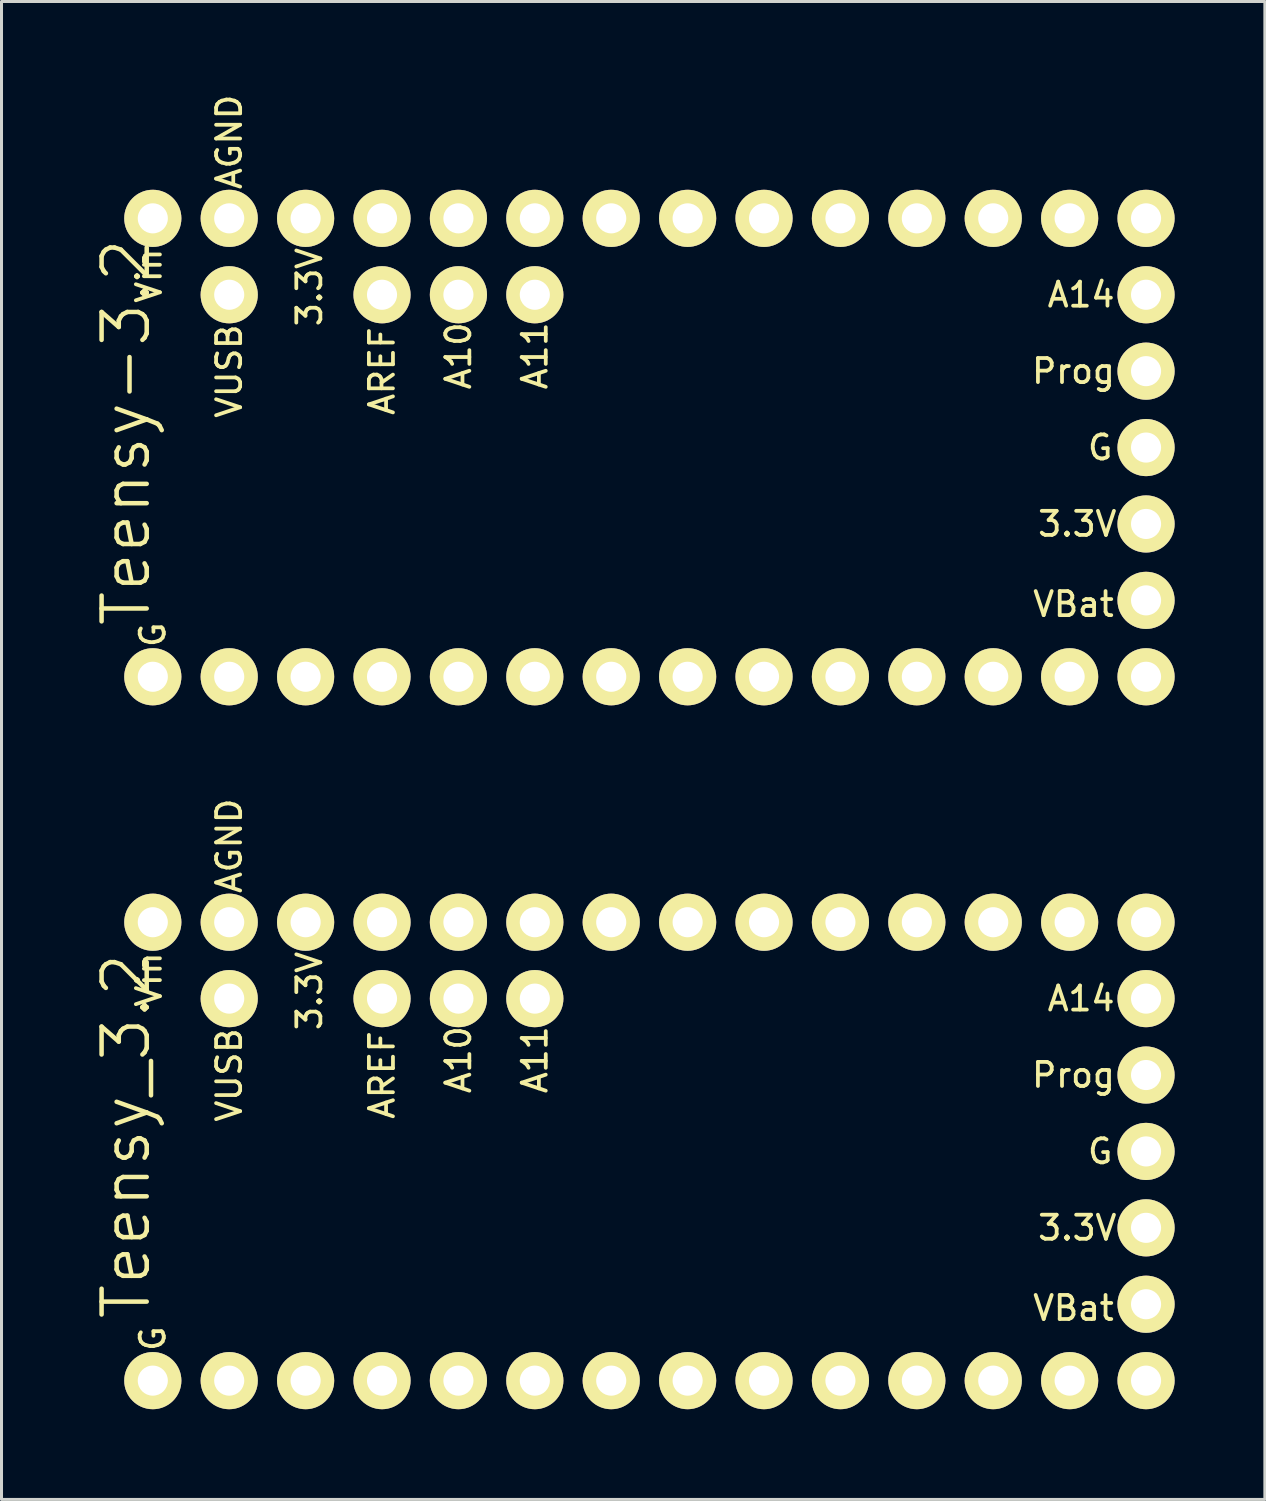
<source format=kicad_pcb>
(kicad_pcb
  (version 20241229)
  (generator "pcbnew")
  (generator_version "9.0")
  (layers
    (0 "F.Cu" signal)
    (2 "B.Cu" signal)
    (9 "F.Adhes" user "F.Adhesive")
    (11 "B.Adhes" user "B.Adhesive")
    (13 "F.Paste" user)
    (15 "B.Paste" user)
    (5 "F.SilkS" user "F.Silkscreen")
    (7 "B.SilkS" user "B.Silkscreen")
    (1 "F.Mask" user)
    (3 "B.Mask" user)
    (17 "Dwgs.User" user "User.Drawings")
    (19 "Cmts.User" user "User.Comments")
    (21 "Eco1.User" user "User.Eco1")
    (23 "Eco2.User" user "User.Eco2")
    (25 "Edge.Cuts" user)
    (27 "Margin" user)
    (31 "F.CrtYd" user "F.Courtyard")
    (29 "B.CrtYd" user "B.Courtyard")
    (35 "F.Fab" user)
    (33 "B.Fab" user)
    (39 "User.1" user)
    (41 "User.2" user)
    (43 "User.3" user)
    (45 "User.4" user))
  (footprint "Teensy-3.2"
    (layer "F.Cu")
    (at 18.286 11.829)
    (property "Reference" "Teensy-3.2" (at -17.145 -0.508 90) (layer "F.SilkS") (effects (font (size 1.5 1.5) (thickness 0.15))))
    (attr through_hole)
    (fp_text user "A14" (at 14.605 -5.08 0) (layer "F.SilkS") (effects (font (size 0.8 0.8) (thickness 0.125))))
    (fp_text user "AREF" (at -8.636 -2.54 270) (layer "F.SilkS") (effects (font (size 0.8 0.8) (thickness 0.125))))
    (fp_text user "G" (at -16.256 6.223 90) (layer "F.SilkS") (effects (font (size 0.8 0.8) (thickness 0.125))))
    (fp_text user "VUSB" (at -13.716 -2.54 90) (layer "F.SilkS") (effects (font (size 0.8 0.8) (thickness 0.125))))
    (fp_text user "A11" (at -3.556 -3.048 270) (layer "F.SilkS") (effects (font (size 0.8 0.8) (thickness 0.125))))
    (fp_text user "3.3V" (at -11.049 -5.334 90) (layer "F.SilkS") (effects (font (size 0.8 0.8) (thickness 0.125))))
    (fp_text user "Prog" (at 14.351 -2.54 0) (layer "F.SilkS") (effects (font (size 0.8 0.8) (thickness 0.125))))
    (fp_text user "A10" (at -6.096 -3.048 270) (layer "F.SilkS") (effects (font (size 0.8 0.8) (thickness 0.125))))
    (fp_text user "VBat" (at 14.351 5.207 0) (layer "F.SilkS") (effects (font (size 0.8 0.8) (thickness 0.125))))
    (fp_text user "Vin" (at -16.383 -5.715 270) (layer "F.SilkS") (effects (font (size 0.8 0.8) (thickness 0.125))))
    (fp_text user "G" (at 15.24 0 0) (layer "F.SilkS") (effects (font (size 0.8 0.8) (thickness 0.125))))
    (fp_text user "3.3V" (at 14.478 2.54 0) (layer "F.SilkS") (effects (font (size 0.8 0.8) (thickness 0.125))))
    (fp_text user "AGND" (at -13.716 -10.16 270) (layer "F.SilkS") (effects (font (size 0.8 0.8) (thickness 0.125))))
    (pad "0" thru_hole circle (at -13.716 7.62) (size 1.9 1.9) (drill 1) (layers "*.Cu" "*.Mask" "F.SilkS"))
    (pad "1" thru_hole circle (at -11.176 7.62) (size 1.9 1.9) (drill 1) (layers "*.Cu" "*.Mask" "F.SilkS"))
    (pad "2" thru_hole circle (at -8.636 7.62) (size 1.9 1.9) (drill 1) (layers "*.Cu" "*.Mask" "F.SilkS"))
    (pad "3" thru_hole circle (at -6.096 7.62) (size 1.9 1.9) (drill 1) (layers "*.Cu" "*.Mask" "F.SilkS"))
    (pad "4" thru_hole circle (at -3.556 7.62) (size 1.9 1.9) (drill 1) (layers "*.Cu" "*.Mask" "F.SilkS"))
    (pad "5" thru_hole circle (at -1.016 7.62) (size 1.9 1.9) (drill 1) (layers "*.Cu" "*.Mask" "F.SilkS"))
    (pad "6" thru_hole circle (at 1.524 7.62) (size 1.9 1.9) (drill 1) (layers "*.Cu" "*.Mask" "F.SilkS"))
    (pad "7" thru_hole circle (at 4.064 7.62) (size 1.9 1.9) (drill 1) (layers "*.Cu" "*.Mask" "F.SilkS"))
    (pad "8" thru_hole circle (at 6.604 7.62) (size 1.9 1.9) (drill 1) (layers "*.Cu" "*.Mask" "F.SilkS"))
    (pad "9" thru_hole circle (at 9.144 7.62) (size 1.9 1.9) (drill 1) (layers "*.Cu" "*.Mask" "F.SilkS"))
    (pad "10" thru_hole circle (at 11.684 7.62) (size 1.9 1.9) (drill 1) (layers "*.Cu" "*.Mask" "F.SilkS"))
    (pad "11" thru_hole circle (at 14.224 7.62) (size 1.9 1.9) (drill 1) (layers "*.Cu" "*.Mask" "F.SilkS"))
    (pad "12" thru_hole circle (at 16.764 7.62) (size 1.9 1.9) (drill 1) (layers "*.Cu" "*.Mask" "F.SilkS"))
    (pad "13" thru_hole circle (at 16.764 -7.62) (size 1.9 1.9) (drill 1) (layers "*.Cu" "*.Mask" "F.SilkS"))
    (pad "14" thru_hole circle (at 14.224 -7.62) (size 1.9 1.9) (drill 1) (layers "*.Cu" "*.Mask" "F.SilkS"))
    (pad "15" thru_hole circle (at 11.684 -7.62) (size 1.9 1.9) (drill 1) (layers "*.Cu" "*.Mask" "F.SilkS"))
    (pad "16" thru_hole circle (at 9.144 -7.62) (size 1.9 1.9) (drill 1) (layers "*.Cu" "*.Mask" "F.SilkS"))
    (pad "17" thru_hole circle (at 6.604 -7.62) (size 1.9 1.9) (drill 1) (layers "*.Cu" "*.Mask" "F.SilkS"))
    (pad "18" thru_hole circle (at 4.064 -7.62) (size 1.9 1.9) (drill 1) (layers "*.Cu" "*.Mask" "F.SilkS"))
    (pad "19" thru_hole circle (at 1.524 -7.62) (size 1.9 1.9) (drill 1) (layers "*.Cu" "*.Mask" "F.SilkS"))
    (pad "20" thru_hole circle (at -1.016 -7.62) (size 1.9 1.9) (drill 1) (layers "*.Cu" "*.Mask" "F.SilkS"))
    (pad "21" thru_hole circle (at -3.556 -7.62) (size 1.9 1.9) (drill 1) (layers "*.Cu" "*.Mask" "F.SilkS"))
    (pad "22" thru_hole circle (at -6.096 -7.62) (size 1.9 1.9) (drill 1) (layers "*.Cu" "*.Mask" "F.SilkS"))
    (pad "23" thru_hole circle (at -8.636 -7.62) (size 1.9 1.9) (drill 1) (layers "*.Cu" "*.Mask" "F.SilkS"))
    (pad "24" thru_hole circle (at -11.176 -7.62) (size 1.9 1.9) (drill 1) (layers "*.Cu" "*.Mask" "F.SilkS"))
    (pad "25" thru_hole circle (at -13.716 -7.62) (size 1.9 1.9) (drill 1) (layers "*.Cu" "*.Mask" "F.SilkS"))
    (pad "26" thru_hole circle (at -16.256 -7.62) (size 1.9 1.9) (drill 1) (layers "*.Cu" "*.Mask" "F.SilkS"))
    (pad "27" thru_hole circle (at -16.256 7.62) (size 1.9 1.9) (drill 1) (layers "*.Cu" "*.Mask" "F.SilkS"))
    (pad "28" thru_hole circle (at 16.764 -5.08) (size 1.9 1.9) (drill 1) (layers "*.Cu" "*.Mask" "F.SilkS"))
    (pad "29" thru_hole circle (at 16.764 -2.54) (size 1.9 1.9) (drill 1) (layers "*.Cu" "*.Mask" "F.SilkS"))
    (pad "30" thru_hole circle (at 16.764 0) (size 1.9 1.9) (drill 1) (layers "*.Cu" "*.Mask" "F.SilkS"))
    (pad "31" thru_hole circle (at 16.764 2.54) (size 1.9 1.9) (drill 1) (layers "*.Cu" "*.Mask" "F.SilkS"))
    (pad "32" thru_hole circle (at 16.764 5.08) (size 1.9 1.9) (drill 1) (layers "*.Cu" "*.Mask" "F.SilkS"))
    (pad "33" thru_hole circle (at -3.556 -5.08) (size 1.9 1.9) (drill 1) (layers "*.Cu" "*.Mask" "F.SilkS"))
    (pad "34" thru_hole circle (at -6.096 -5.08) (size 1.9 1.9) (drill 1) (layers "*.Cu" "*.Mask" "F.SilkS"))
    (pad "35" thru_hole circle (at -8.636 -5.08) (size 1.9 1.9) (drill 1) (layers "*.Cu" "*.Mask" "F.SilkS"))
    (pad "36" thru_hole circle (at -13.716 -5.08) (size 1.9 1.9) (drill 1) (layers "*.Cu" "*.Mask" "F.SilkS")))
  (footprint "Teensy_3.2"
    (layer "F.Cu")
    (at 18.286 35.229)
    (property "Reference" "Teensy_3.2" (at -17.145 -0.508 90) (layer "F.SilkS") (effects (font (size 1.5 1.5) (thickness 0.15))))
    (attr through_hole)
    (fp_text user "AREF" (at -8.636 -2.54 270) (layer "F.SilkS") (effects (font (size 0.8 0.8) (thickness 0.125))))
    (fp_text user "AGND" (at -13.716 -10.16 270) (layer "F.SilkS") (effects (font (size 0.8 0.8) (thickness 0.125))))
    (fp_text user "G" (at -16.256 6.223 90) (layer "F.SilkS") (effects (font (size 0.8 0.8) (thickness 0.125))))
    (fp_text user "A11" (at -3.556 -3.048 270) (layer "F.SilkS") (effects (font (size 0.8 0.8) (thickness 0.125))))
    (fp_text user "VUSB" (at -13.716 -2.54 90) (layer "F.SilkS") (effects (font (size 0.8 0.8) (thickness 0.125))))
    (fp_text user "Prog" (at 14.351 -2.54 0) (layer "F.SilkS") (effects (font (size 0.8 0.8) (thickness 0.125))))
    (fp_text user "A10" (at -6.096 -3.048 270) (layer "F.SilkS") (effects (font (size 0.8 0.8) (thickness 0.125))))
    (fp_text user "3.3V" (at 14.478 2.54 0) (layer "F.SilkS") (effects (font (size 0.8 0.8) (thickness 0.125))))
    (fp_text user "A14" (at 14.605 -5.08 0) (layer "F.SilkS") (effects (font (size 0.8 0.8) (thickness 0.125))))
    (fp_text user "Vin" (at -16.383 -5.715 270) (layer "F.SilkS") (effects (font (size 0.8 0.8) (thickness 0.125))))
    (fp_text user "3.3V" (at -11.049 -5.334 90) (layer "F.SilkS") (effects (font (size 0.8 0.8) (thickness 0.125))))
    (fp_text user "G" (at 15.24 0 0) (layer "F.SilkS") (effects (font (size 0.8 0.8) (thickness 0.125))))
    (fp_text user "VBat" (at 14.351 5.207 0) (layer "F.SilkS") (effects (font (size 0.8 0.8) (thickness 0.125))))
    (pad "0" thru_hole circle (at -13.716 7.62) (size 1.9 1.9) (drill 1) (layers "*.Cu" "*.Mask" "F.SilkS"))
    (pad "1" thru_hole circle (at -11.176 7.62) (size 1.9 1.9) (drill 1) (layers "*.Cu" "*.Mask" "F.SilkS"))
    (pad "2" thru_hole circle (at -8.636 7.62) (size 1.9 1.9) (drill 1) (layers "*.Cu" "*.Mask" "F.SilkS"))
    (pad "3" thru_hole circle (at -6.096 7.62) (size 1.9 1.9) (drill 1) (layers "*.Cu" "*.Mask" "F.SilkS"))
    (pad "4" thru_hole circle (at -3.556 7.62) (size 1.9 1.9) (drill 1) (layers "*.Cu" "*.Mask" "F.SilkS"))
    (pad "5" thru_hole circle (at -1.016 7.62) (size 1.9 1.9) (drill 1) (layers "*.Cu" "*.Mask" "F.SilkS"))
    (pad "6" thru_hole circle (at 1.524 7.62) (size 1.9 1.9) (drill 1) (layers "*.Cu" "*.Mask" "F.SilkS"))
    (pad "7" thru_hole circle (at 4.064 7.62) (size 1.9 1.9) (drill 1) (layers "*.Cu" "*.Mask" "F.SilkS"))
    (pad "8" thru_hole circle (at 6.604 7.62) (size 1.9 1.9) (drill 1) (layers "*.Cu" "*.Mask" "F.SilkS"))
    (pad "9" thru_hole circle (at 9.144 7.62) (size 1.9 1.9) (drill 1) (layers "*.Cu" "*.Mask" "F.SilkS"))
    (pad "10" thru_hole circle (at 11.684 7.62) (size 1.9 1.9) (drill 1) (layers "*.Cu" "*.Mask" "F.SilkS"))
    (pad "11" thru_hole circle (at 14.224 7.62) (size 1.9 1.9) (drill 1) (layers "*.Cu" "*.Mask" "F.SilkS"))
    (pad "12" thru_hole circle (at 16.764 7.62) (size 1.9 1.9) (drill 1) (layers "*.Cu" "*.Mask" "F.SilkS"))
    (pad "13" thru_hole circle (at 16.764 -7.62) (size 1.9 1.9) (drill 1) (layers "*.Cu" "*.Mask" "F.SilkS"))
    (pad "14" thru_hole circle (at 14.224 -7.62) (size 1.9 1.9) (drill 1) (layers "*.Cu" "*.Mask" "F.SilkS"))
    (pad "15" thru_hole circle (at 11.684 -7.62) (size 1.9 1.9) (drill 1) (layers "*.Cu" "*.Mask" "F.SilkS"))
    (pad "16" thru_hole circle (at 9.144 -7.62) (size 1.9 1.9) (drill 1) (layers "*.Cu" "*.Mask" "F.SilkS"))
    (pad "17" thru_hole circle (at 6.604 -7.62) (size 1.9 1.9) (drill 1) (layers "*.Cu" "*.Mask" "F.SilkS"))
    (pad "18" thru_hole circle (at 4.064 -7.62) (size 1.9 1.9) (drill 1) (layers "*.Cu" "*.Mask" "F.SilkS"))
    (pad "19" thru_hole circle (at 1.524 -7.62) (size 1.9 1.9) (drill 1) (layers "*.Cu" "*.Mask" "F.SilkS"))
    (pad "20" thru_hole circle (at -1.016 -7.62) (size 1.9 1.9) (drill 1) (layers "*.Cu" "*.Mask" "F.SilkS"))
    (pad "21" thru_hole circle (at -3.556 -7.62) (size 1.9 1.9) (drill 1) (layers "*.Cu" "*.Mask" "F.SilkS"))
    (pad "22" thru_hole circle (at -6.096 -7.62) (size 1.9 1.9) (drill 1) (layers "*.Cu" "*.Mask" "F.SilkS"))
    (pad "23" thru_hole circle (at -8.636 -7.62) (size 1.9 1.9) (drill 1) (layers "*.Cu" "*.Mask" "F.SilkS"))
    (pad "24" thru_hole circle (at -11.176 -7.62) (size 1.9 1.9) (drill 1) (layers "*.Cu" "*.Mask" "F.SilkS"))
    (pad "25" thru_hole circle (at -13.716 -7.62) (size 1.9 1.9) (drill 1) (layers "*.Cu" "*.Mask" "F.SilkS"))
    (pad "26" thru_hole circle (at -16.256 -7.62) (size 1.9 1.9) (drill 1) (layers "*.Cu" "*.Mask" "F.SilkS"))
    (pad "27" thru_hole circle (at -16.256 7.62) (size 1.9 1.9) (drill 1) (layers "*.Cu" "*.Mask" "F.SilkS"))
    (pad "28" thru_hole circle (at 16.764 -5.08) (size 1.9 1.9) (drill 1) (layers "*.Cu" "*.Mask" "F.SilkS"))
    (pad "29" thru_hole circle (at 16.764 -2.54) (size 1.9 1.9) (drill 1) (layers "*.Cu" "*.Mask" "F.SilkS"))
    (pad "30" thru_hole circle (at 16.764 0) (size 1.9 1.9) (drill 1) (layers "*.Cu" "*.Mask" "F.SilkS"))
    (pad "31" thru_hole circle (at 16.764 2.54) (size 1.9 1.9) (drill 1) (layers "*.Cu" "*.Mask" "F.SilkS"))
    (pad "32" thru_hole circle (at 16.764 5.08) (size 1.9 1.9) (drill 1) (layers "*.Cu" "*.Mask" "F.SilkS"))
    (pad "33" thru_hole circle (at -3.556 -5.08) (size 1.9 1.9) (drill 1) (layers "*.Cu" "*.Mask" "F.SilkS"))
    (pad "34" thru_hole circle (at -6.096 -5.08) (size 1.9 1.9) (drill 1) (layers "*.Cu" "*.Mask" "F.SilkS"))
    (pad "35" thru_hole circle (at -8.636 -5.08) (size 1.9 1.9) (drill 1) (layers "*.Cu" "*.Mask" "F.SilkS"))
    (pad "36" thru_hole circle (at -13.716 -5.08) (size 1.9 1.9) (drill 1) (layers "*.Cu" "*.Mask" "F.SilkS")))
  (gr_rect
    (start -3 -3)
    (end 39 46.799)
    (stroke (width 0.1) (type default))
    (fill no)
    (layer "Edge.Cuts")))
</source>
